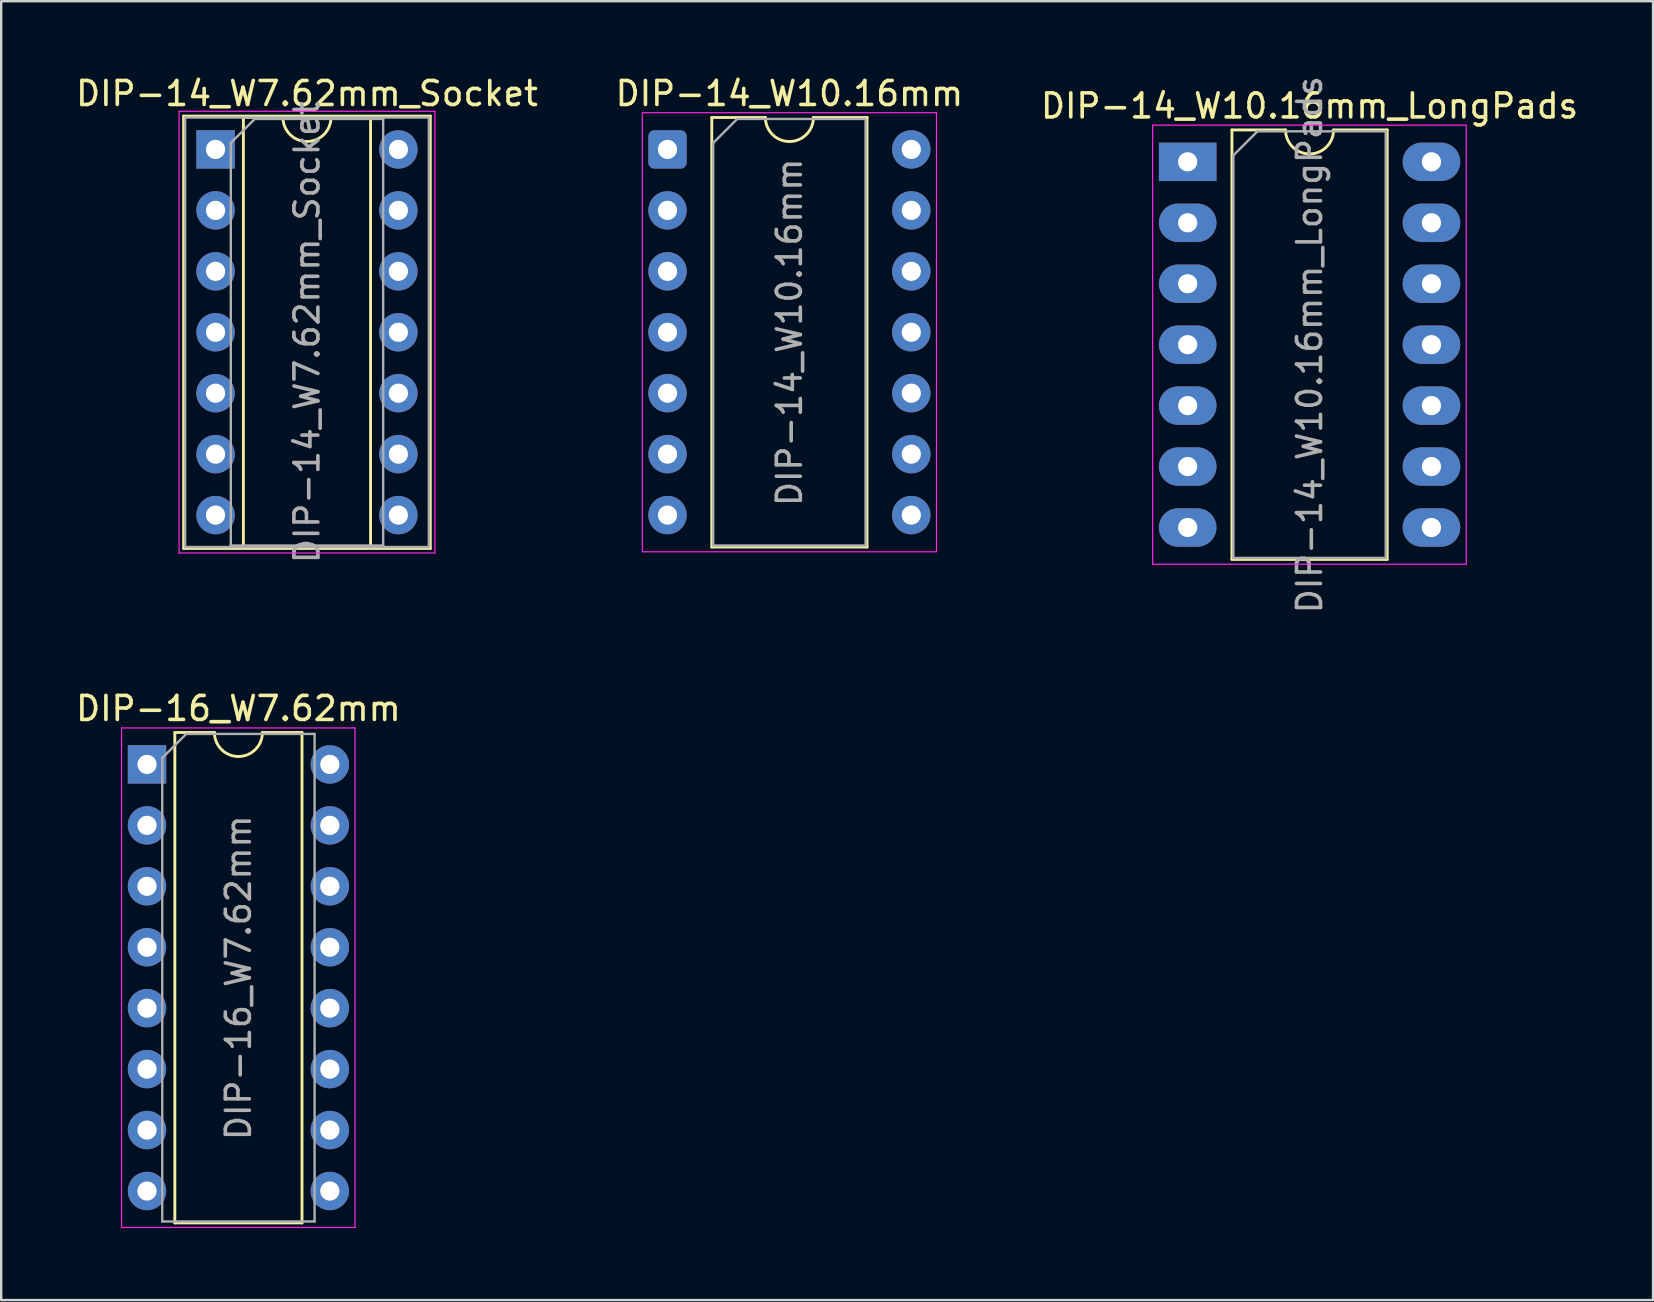
<source format=kicad_pcb>
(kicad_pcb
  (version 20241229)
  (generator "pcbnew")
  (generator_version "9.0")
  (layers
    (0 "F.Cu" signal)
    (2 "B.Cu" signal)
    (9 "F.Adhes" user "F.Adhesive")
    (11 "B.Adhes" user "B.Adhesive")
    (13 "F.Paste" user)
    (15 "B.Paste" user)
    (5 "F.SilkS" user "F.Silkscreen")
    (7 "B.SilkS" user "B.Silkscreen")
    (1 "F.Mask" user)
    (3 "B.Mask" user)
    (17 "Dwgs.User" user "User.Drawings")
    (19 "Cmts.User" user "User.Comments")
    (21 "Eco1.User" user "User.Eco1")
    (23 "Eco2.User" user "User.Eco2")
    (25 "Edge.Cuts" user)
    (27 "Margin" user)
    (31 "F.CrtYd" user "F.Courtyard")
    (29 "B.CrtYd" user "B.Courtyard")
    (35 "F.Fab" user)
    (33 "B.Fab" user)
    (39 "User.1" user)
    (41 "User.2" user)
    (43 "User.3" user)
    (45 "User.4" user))
  (footprint "DIP-14_W10.16mm"
    (layer "F.Cu")
    (at 24.771 3.178)
    (property "Reference" "DIP-14_W10.16mm" (at 5.08 -2.33 0) (layer "F.SilkS") (effects (font (size 1 1) (thickness 0.15))))
    (attr through_hole)
    (fp_line (start 1.845 -1.33) (end 1.845 16.57) (stroke (width 0.12) (type solid)) (layer "F.SilkS"))
    (fp_line (start 1.845 16.57) (end 8.315 16.57) (stroke (width 0.12) (type solid)) (layer "F.SilkS"))
    (fp_line (start 4.08 -1.33) (end 1.845 -1.33) (stroke (width 0.12) (type solid)) (layer "F.SilkS"))
    (fp_line (start 8.315 -1.33) (end 6.08 -1.33) (stroke (width 0.12) (type solid)) (layer "F.SilkS"))
    (fp_line (start 8.315 16.57) (end 8.315 -1.33) (stroke (width 0.12) (type solid)) (layer "F.SilkS"))
    (fp_arc (start 6.08 -1.33) (mid 5.08 -0.33) (end 4.08 -1.33) (stroke (width 0.12) (type solid)) (layer "F.SilkS"))
    (fp_rect (start -1.05 -1.53) (end 11.21 16.77) (stroke (width 0.05) (type solid)) (fill no) (layer "F.CrtYd"))
    (fp_line (start 1.905 -0.27) (end 2.905 -1.27) (stroke (width 0.1) (type solid)) (layer "F.Fab"))
    (fp_line (start 1.905 16.51) (end 1.905 -0.27) (stroke (width 0.1) (type solid)) (layer "F.Fab"))
    (fp_line (start 2.905 -1.27) (end 8.255 -1.27) (stroke (width 0.1) (type solid)) (layer "F.Fab"))
    (fp_line (start 8.255 -1.27) (end 8.255 16.51) (stroke (width 0.1) (type solid)) (layer "F.Fab"))
    (fp_line (start 8.255 16.51) (end 1.905 16.51) (stroke (width 0.1) (type solid)) (layer "F.Fab"))
    (fp_text user "${REFERENCE}" (at 5.08 7.62 90) (layer "F.Fab") (effects (font (size 1 1) (thickness 0.15))))
    (pad "1" thru_hole roundrect (at 0 0) (size 1.6 1.6) (drill 0.8) (layers "*.Cu" "*.Mask") (roundrect_rratio 0.156))
    (pad "2" thru_hole circle (at 0 2.54) (size 1.6 1.6) (drill 0.8) (layers "*.Cu" "*.Mask"))
    (pad "3" thru_hole circle (at 0 5.08) (size 1.6 1.6) (drill 0.8) (layers "*.Cu" "*.Mask"))
    (pad "4" thru_hole circle (at 0 7.62) (size 1.6 1.6) (drill 0.8) (layers "*.Cu" "*.Mask"))
    (pad "5" thru_hole circle (at 0 10.16) (size 1.6 1.6) (drill 0.8) (layers "*.Cu" "*.Mask"))
    (pad "6" thru_hole circle (at 0 12.7) (size 1.6 1.6) (drill 0.8) (layers "*.Cu" "*.Mask"))
    (pad "7" thru_hole circle (at 0 15.24) (size 1.6 1.6) (drill 0.8) (layers "*.Cu" "*.Mask"))
    (pad "8" thru_hole circle (at 10.16 15.24) (size 1.6 1.6) (drill 0.8) (layers "*.Cu" "*.Mask"))
    (pad "9" thru_hole circle (at 10.16 12.7) (size 1.6 1.6) (drill 0.8) (layers "*.Cu" "*.Mask"))
    (pad "10" thru_hole circle (at 10.16 10.16) (size 1.6 1.6) (drill 0.8) (layers "*.Cu" "*.Mask"))
    (pad "11" thru_hole circle (at 10.16 7.62) (size 1.6 1.6) (drill 0.8) (layers "*.Cu" "*.Mask"))
    (pad "12" thru_hole circle (at 10.16 5.08) (size 1.6 1.6) (drill 0.8) (layers "*.Cu" "*.Mask"))
    (pad "13" thru_hole circle (at 10.16 2.54) (size 1.6 1.6) (drill 0.8) (layers "*.Cu" "*.Mask"))
    (pad "14" thru_hole circle (at 10.16 0) (size 1.6 1.6) (drill 0.8) (layers "*.Cu" "*.Mask")))
  (footprint "DIP-14_W7.62mm_Socket"
    (layer "F.Cu")
    (at 5.934 3.178)
    (property "Reference" "DIP-14_W7.62mm_Socket" (at 3.81 -2.33 0) (layer "F.SilkS") (effects (font (size 1 1) (thickness 0.15))))
    (attr through_hole)
    (fp_line (start -1.33 -1.39) (end -1.33 16.63) (stroke (width 0.12) (type solid)) (layer "F.SilkS"))
    (fp_line (start -1.33 16.63) (end 8.95 16.63) (stroke (width 0.12) (type solid)) (layer "F.SilkS"))
    (fp_line (start 1.16 -1.33) (end 1.16 16.57) (stroke (width 0.12) (type solid)) (layer "F.SilkS"))
    (fp_line (start 1.16 16.57) (end 6.46 16.57) (stroke (width 0.12) (type solid)) (layer "F.SilkS"))
    (fp_line (start 2.81 -1.33) (end 1.16 -1.33) (stroke (width 0.12) (type solid)) (layer "F.SilkS"))
    (fp_line (start 6.46 -1.33) (end 4.81 -1.33) (stroke (width 0.12) (type solid)) (layer "F.SilkS"))
    (fp_line (start 6.46 16.57) (end 6.46 -1.33) (stroke (width 0.12) (type solid)) (layer "F.SilkS"))
    (fp_line (start 8.95 -1.39) (end -1.33 -1.39) (stroke (width 0.12) (type solid)) (layer "F.SilkS"))
    (fp_line (start 8.95 16.63) (end 8.95 -1.39) (stroke (width 0.12) (type solid)) (layer "F.SilkS"))
    (fp_arc (start 4.81 -1.33) (mid 3.81 -0.33) (end 2.81 -1.33) (stroke (width 0.12) (type solid)) (layer "F.SilkS"))
    (fp_line (start -1.52 -1.59) (end -1.52 16.82) (stroke (width 0.05) (type solid)) (layer "F.CrtYd"))
    (fp_line (start -1.52 16.82) (end 9.14 16.82) (stroke (width 0.05) (type solid)) (layer "F.CrtYd"))
    (fp_line (start 9.14 -1.59) (end -1.52 -1.59) (stroke (width 0.05) (type solid)) (layer "F.CrtYd"))
    (fp_line (start 9.14 16.82) (end 9.14 -1.59) (stroke (width 0.05) (type solid)) (layer "F.CrtYd"))
    (fp_line (start -1.27 -1.33) (end -1.27 16.57) (stroke (width 0.1) (type solid)) (layer "F.Fab"))
    (fp_line (start -1.27 16.57) (end 8.89 16.57) (stroke (width 0.1) (type solid)) (layer "F.Fab"))
    (fp_line (start 0.635 -0.27) (end 1.635 -1.27) (stroke (width 0.1) (type solid)) (layer "F.Fab"))
    (fp_line (start 0.635 16.51) (end 0.635 -0.27) (stroke (width 0.1) (type solid)) (layer "F.Fab"))
    (fp_line (start 1.635 -1.27) (end 6.985 -1.27) (stroke (width 0.1) (type solid)) (layer "F.Fab"))
    (fp_line (start 6.985 -1.27) (end 6.985 16.51) (stroke (width 0.1) (type solid)) (layer "F.Fab"))
    (fp_line (start 6.985 16.51) (end 0.635 16.51) (stroke (width 0.1) (type solid)) (layer "F.Fab"))
    (fp_line (start 8.89 -1.33) (end -1.27 -1.33) (stroke (width 0.1) (type solid)) (layer "F.Fab"))
    (fp_line (start 8.89 16.57) (end 8.89 -1.33) (stroke (width 0.1) (type solid)) (layer "F.Fab"))
    (fp_text user "${REFERENCE}" (at 3.81 7.62 90) (layer "F.Fab") (effects (font (size 1 1) (thickness 0.15))))
    (pad "1" thru_hole rect (at 0 0) (size 1.6 1.6) (drill 0.8) (layers "*.Cu" "*.Mask"))
    (pad "2" thru_hole circle (at 0 2.54) (size 1.6 1.6) (drill 0.8) (layers "*.Cu" "*.Mask"))
    (pad "3" thru_hole circle (at 0 5.08) (size 1.6 1.6) (drill 0.8) (layers "*.Cu" "*.Mask"))
    (pad "4" thru_hole circle (at 0 7.62) (size 1.6 1.6) (drill 0.8) (layers "*.Cu" "*.Mask"))
    (pad "5" thru_hole circle (at 0 10.16) (size 1.6 1.6) (drill 0.8) (layers "*.Cu" "*.Mask"))
    (pad "6" thru_hole circle (at 0 12.7) (size 1.6 1.6) (drill 0.8) (layers "*.Cu" "*.Mask"))
    (pad "7" thru_hole circle (at 0 15.24) (size 1.6 1.6) (drill 0.8) (layers "*.Cu" "*.Mask"))
    (pad "8" thru_hole circle (at 7.62 15.24) (size 1.6 1.6) (drill 0.8) (layers "*.Cu" "*.Mask"))
    (pad "9" thru_hole circle (at 7.62 12.7) (size 1.6 1.6) (drill 0.8) (layers "*.Cu" "*.Mask"))
    (pad "10" thru_hole circle (at 7.62 10.16) (size 1.6 1.6) (drill 0.8) (layers "*.Cu" "*.Mask"))
    (pad "11" thru_hole circle (at 7.62 7.62) (size 1.6 1.6) (drill 0.8) (layers "*.Cu" "*.Mask"))
    (pad "12" thru_hole circle (at 7.62 5.08) (size 1.6 1.6) (drill 0.8) (layers "*.Cu" "*.Mask"))
    (pad "13" thru_hole circle (at 7.62 2.54) (size 1.6 1.6) (drill 0.8) (layers "*.Cu" "*.Mask"))
    (pad "14" thru_hole circle (at 7.62 0) (size 1.6 1.6) (drill 0.8) (layers "*.Cu" "*.Mask")))
  (footprint "DIP-14_W10.16mm_LongPads"
    (layer "F.Cu")
    (at 46.45 3.695)
    (property "Reference" "DIP-14_W10.16mm_LongPads" (at 5.08 -2.33 0) (layer "F.SilkS") (effects (font (size 1 1) (thickness 0.15))))
    (attr through_hole)
    (fp_line (start 1.845 -1.33) (end 1.845 16.57) (stroke (width 0.12) (type solid)) (layer "F.SilkS"))
    (fp_line (start 1.845 16.57) (end 8.315 16.57) (stroke (width 0.12) (type solid)) (layer "F.SilkS"))
    (fp_line (start 4.08 -1.33) (end 1.845 -1.33) (stroke (width 0.12) (type solid)) (layer "F.SilkS"))
    (fp_line (start 8.315 -1.33) (end 6.08 -1.33) (stroke (width 0.12) (type solid)) (layer "F.SilkS"))
    (fp_line (start 8.315 16.57) (end 8.315 -1.33) (stroke (width 0.12) (type solid)) (layer "F.SilkS"))
    (fp_arc (start 6.08 -1.33) (mid 5.08 -0.33) (end 4.08 -1.33) (stroke (width 0.12) (type solid)) (layer "F.SilkS"))
    (fp_line (start -1.46 -1.53) (end -1.46 16.77) (stroke (width 0.05) (type solid)) (layer "F.CrtYd"))
    (fp_line (start -1.46 16.77) (end 11.61 16.77) (stroke (width 0.05) (type solid)) (layer "F.CrtYd"))
    (fp_line (start 11.61 -1.53) (end -1.46 -1.53) (stroke (width 0.05) (type solid)) (layer "F.CrtYd"))
    (fp_line (start 11.61 16.77) (end 11.61 -1.53) (stroke (width 0.05) (type solid)) (layer "F.CrtYd"))
    (fp_line (start 1.905 -0.27) (end 2.905 -1.27) (stroke (width 0.1) (type solid)) (layer "F.Fab"))
    (fp_line (start 1.905 16.51) (end 1.905 -0.27) (stroke (width 0.1) (type solid)) (layer "F.Fab"))
    (fp_line (start 2.905 -1.27) (end 8.255 -1.27) (stroke (width 0.1) (type solid)) (layer "F.Fab"))
    (fp_line (start 8.255 -1.27) (end 8.255 16.51) (stroke (width 0.1) (type solid)) (layer "F.Fab"))
    (fp_line (start 8.255 16.51) (end 1.905 16.51) (stroke (width 0.1) (type solid)) (layer "F.Fab"))
    (fp_text user "${REFERENCE}" (at 5.08 7.62 90) (layer "F.Fab") (effects (font (size 1 1) (thickness 0.15))))
    (pad "1" thru_hole rect (at 0 0) (size 2.4 1.6) (drill 0.8) (layers "*.Cu" "*.Mask"))
    (pad "2" thru_hole oval (at 0 2.54) (size 2.4 1.6) (drill 0.8) (layers "*.Cu" "*.Mask"))
    (pad "3" thru_hole oval (at 0 5.08) (size 2.4 1.6) (drill 0.8) (layers "*.Cu" "*.Mask"))
    (pad "4" thru_hole oval (at 0 7.62) (size 2.4 1.6) (drill 0.8) (layers "*.Cu" "*.Mask"))
    (pad "5" thru_hole oval (at 0 10.16) (size 2.4 1.6) (drill 0.8) (layers "*.Cu" "*.Mask"))
    (pad "6" thru_hole oval (at 0 12.7) (size 2.4 1.6) (drill 0.8) (layers "*.Cu" "*.Mask"))
    (pad "7" thru_hole oval (at 0 15.24) (size 2.4 1.6) (drill 0.8) (layers "*.Cu" "*.Mask"))
    (pad "8" thru_hole oval (at 10.16 15.24) (size 2.4 1.6) (drill 0.8) (layers "*.Cu" "*.Mask"))
    (pad "9" thru_hole oval (at 10.16 12.7) (size 2.4 1.6) (drill 0.8) (layers "*.Cu" "*.Mask"))
    (pad "10" thru_hole oval (at 10.16 10.16) (size 2.4 1.6) (drill 0.8) (layers "*.Cu" "*.Mask"))
    (pad "11" thru_hole oval (at 10.16 7.62) (size 2.4 1.6) (drill 0.8) (layers "*.Cu" "*.Mask"))
    (pad "12" thru_hole oval (at 10.16 5.08) (size 2.4 1.6) (drill 0.8) (layers "*.Cu" "*.Mask"))
    (pad "13" thru_hole oval (at 10.16 2.54) (size 2.4 1.6) (drill 0.8) (layers "*.Cu" "*.Mask"))
    (pad "14" thru_hole oval (at 10.16 0) (size 2.4 1.6) (drill 0.8) (layers "*.Cu" "*.Mask")))
  (footprint "DIP-16_W7.62mm"
    (layer "F.Cu")
    (at 3.077 28.809)
    (property "Reference" "DIP-16_W7.62mm" (at 3.81 -2.33 0) (layer "F.SilkS") (effects (font (size 1 1) (thickness 0.15))))
    (attr through_hole)
    (fp_line (start 1.16 -1.33) (end 1.16 19.11) (stroke (width 0.12) (type solid)) (layer "F.SilkS"))
    (fp_line (start 1.16 19.11) (end 6.46 19.11) (stroke (width 0.12) (type solid)) (layer "F.SilkS"))
    (fp_line (start 2.81 -1.33) (end 1.16 -1.33) (stroke (width 0.12) (type solid)) (layer "F.SilkS"))
    (fp_line (start 6.46 -1.33) (end 4.81 -1.33) (stroke (width 0.12) (type solid)) (layer "F.SilkS"))
    (fp_line (start 6.46 19.11) (end 6.46 -1.33) (stroke (width 0.12) (type solid)) (layer "F.SilkS"))
    (fp_arc (start 4.81 -1.33) (mid 3.81 -0.33) (end 2.81 -1.33) (stroke (width 0.12) (type solid)) (layer "F.SilkS"))
    (fp_line (start -1.06 -1.52) (end -1.06 19.3) (stroke (width 0.05) (type solid)) (layer "F.CrtYd"))
    (fp_line (start -1.06 19.3) (end 8.67 19.3) (stroke (width 0.05) (type solid)) (layer "F.CrtYd"))
    (fp_line (start 8.67 -1.52) (end -1.06 -1.52) (stroke (width 0.05) (type solid)) (layer "F.CrtYd"))
    (fp_line (start 8.67 19.3) (end 8.67 -1.52) (stroke (width 0.05) (type solid)) (layer "F.CrtYd"))
    (fp_line (start 0.635 -0.27) (end 1.635 -1.27) (stroke (width 0.1) (type solid)) (layer "F.Fab"))
    (fp_line (start 0.635 19.05) (end 0.635 -0.27) (stroke (width 0.1) (type solid)) (layer "F.Fab"))
    (fp_line (start 1.635 -1.27) (end 6.985 -1.27) (stroke (width 0.1) (type solid)) (layer "F.Fab"))
    (fp_line (start 6.985 -1.27) (end 6.985 19.05) (stroke (width 0.1) (type solid)) (layer "F.Fab"))
    (fp_line (start 6.985 19.05) (end 0.635 19.05) (stroke (width 0.1) (type solid)) (layer "F.Fab"))
    (fp_text user "${REFERENCE}" (at 3.81 8.89 90) (layer "F.Fab") (effects (font (size 1 1) (thickness 0.15))))
    (pad "1" thru_hole rect (at 0 0) (size 1.6 1.6) (drill 0.8) (layers "*.Cu" "*.Mask"))
    (pad "2" thru_hole circle (at 0 2.54) (size 1.6 1.6) (drill 0.8) (layers "*.Cu" "*.Mask"))
    (pad "3" thru_hole circle (at 0 5.08) (size 1.6 1.6) (drill 0.8) (layers "*.Cu" "*.Mask"))
    (pad "4" thru_hole circle (at 0 7.62) (size 1.6 1.6) (drill 0.8) (layers "*.Cu" "*.Mask"))
    (pad "5" thru_hole circle (at 0 10.16) (size 1.6 1.6) (drill 0.8) (layers "*.Cu" "*.Mask"))
    (pad "6" thru_hole circle (at 0 12.7) (size 1.6 1.6) (drill 0.8) (layers "*.Cu" "*.Mask"))
    (pad "7" thru_hole circle (at 0 15.24) (size 1.6 1.6) (drill 0.8) (layers "*.Cu" "*.Mask"))
    (pad "8" thru_hole circle (at 0 17.78) (size 1.6 1.6) (drill 0.8) (layers "*.Cu" "*.Mask"))
    (pad "9" thru_hole circle (at 7.62 17.78) (size 1.6 1.6) (drill 0.8) (layers "*.Cu" "*.Mask"))
    (pad "10" thru_hole circle (at 7.62 15.24) (size 1.6 1.6) (drill 0.8) (layers "*.Cu" "*.Mask"))
    (pad "11" thru_hole circle (at 7.62 12.7) (size 1.6 1.6) (drill 0.8) (layers "*.Cu" "*.Mask"))
    (pad "12" thru_hole circle (at 7.62 10.16) (size 1.6 1.6) (drill 0.8) (layers "*.Cu" "*.Mask"))
    (pad "13" thru_hole circle (at 7.62 7.62) (size 1.6 1.6) (drill 0.8) (layers "*.Cu" "*.Mask"))
    (pad "14" thru_hole circle (at 7.62 5.08) (size 1.6 1.6) (drill 0.8) (layers "*.Cu" "*.Mask"))
    (pad "15" thru_hole circle (at 7.62 2.54) (size 1.6 1.6) (drill 0.8) (layers "*.Cu" "*.Mask"))
    (pad "16" thru_hole circle (at 7.62 0) (size 1.6 1.6) (drill 0.8) (layers "*.Cu" "*.Mask")))
  (gr_rect
    (start -3 -3)
    (end 65.845 51.134)
    (stroke (width 0.1) (type default))
    (fill no)
    (layer "Edge.Cuts")))
</source>
